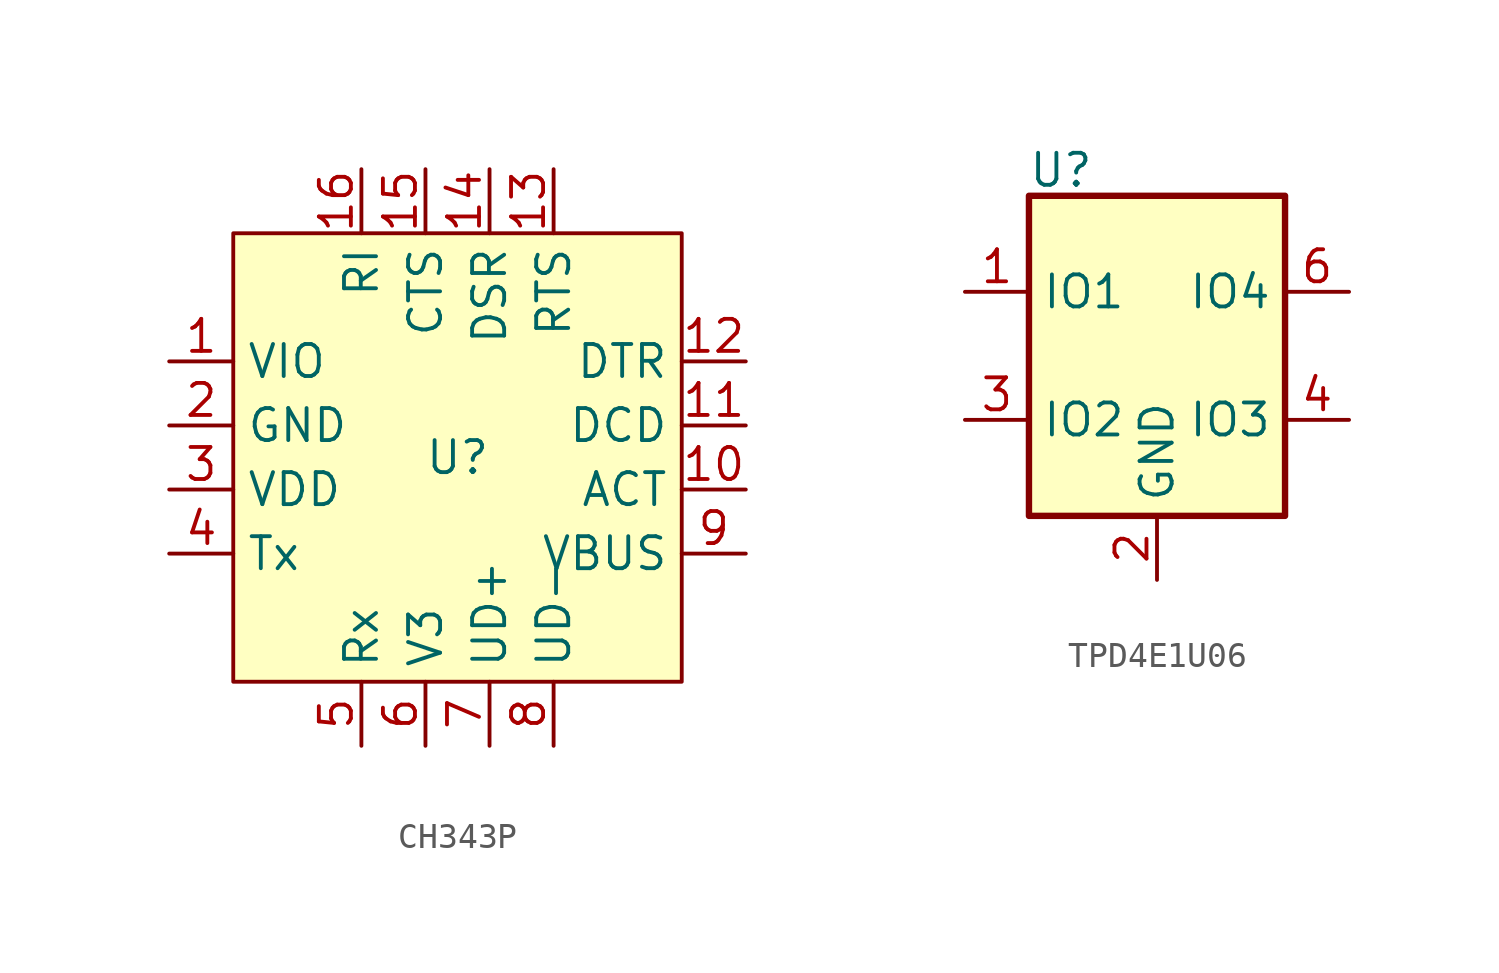
<source format=kicad_sym>
(kicad_symbol_lib
  (version 20231120)
  (generator "kicad_symbol_editor")
  (generator_version "8.0")
  (symbol "CH343P"
    (property "Reference" "U"
      (at 0 0 0)
      (effects (font (size 1.27 1.27))))
    (property "Value" ""
      (at 0 0 0)
      (effects (font (size 1.27 1.27))))
    (symbol "CH343P_1_1"
      (rectangle (start -8.89 8.89) (end 8.89 -8.89) (stroke (width 0) (type default)) (fill (type background)))
      (pin input line (at -11.43 3.81 0) (length 2.54) (name "VIO" (effects (font (size 1.27 1.27)))) (number "1" (effects (font (size 1.27 1.27)))))
      (pin output line (at 11.43 -1.27 180) (length 2.54) (name "ACT" (effects (font (size 1.27 1.27)))) (number "10" (effects (font (size 1.27 1.27)))))
      (pin output line (at 11.43 1.27 180) (length 2.54) (name "DCD" (effects (font (size 1.27 1.27)))) (number "11" (effects (font (size 1.27 1.27)))))
      (pin output line (at 11.43 3.81 180) (length 2.54) (name "DTR" (effects (font (size 1.27 1.27)))) (number "12" (effects (font (size 1.27 1.27)))))
      (pin output line (at 3.81 11.43 270) (length 2.54) (name "RTS" (effects (font (size 1.27 1.27)))) (number "13" (effects (font (size 1.27 1.27)))))
      (pin output line (at 1.27 11.43 270) (length 2.54) (name "DSR" (effects (font (size 1.27 1.27)))) (number "14" (effects (font (size 1.27 1.27)))))
      (pin output line (at -1.27 11.43 270) (length 2.54) (name "CTS" (effects (font (size 1.27 1.27)))) (number "15" (effects (font (size 1.27 1.27)))))
      (pin output line (at -3.81 11.43 270) (length 2.54) (name "RI" (effects (font (size 1.27 1.27)))) (number "16" (effects (font (size 1.27 1.27)))))
      (pin input line (at -11.43 1.27 0) (length 2.54) hide (name "GND" (effects (font (size 1.27 1.27)))) (number "17" (effects (font (size 1.27 1.27)))))
      (pin input line (at -11.43 1.27 0) (length 2.54) (name "GND" (effects (font (size 1.27 1.27)))) (number "2" (effects (font (size 1.27 1.27)))))
      (pin input line (at -11.43 -1.27 0) (length 2.54) (name "VDD" (effects (font (size 1.27 1.27)))) (number "3" (effects (font (size 1.27 1.27)))))
      (pin output line (at -11.43 -3.81 0) (length 2.54) (name "Tx" (effects (font (size 1.27 1.27)))) (number "4" (effects (font (size 1.27 1.27)))))
      (pin input line (at -3.81 -11.43 90) (length 2.54) (name "Rx" (effects (font (size 1.27 1.27)))) (number "5" (effects (font (size 1.27 1.27)))))
      (pin power_out line (at -1.27 -11.43 90) (length 2.54) (name "V3" (effects (font (size 1.27 1.27)))) (number "6" (effects (font (size 1.27 1.27)))))
      (pin input line (at 1.27 -11.43 90) (length 2.54) (name "UD+" (effects (font (size 1.27 1.27)))) (number "7" (effects (font (size 1.27 1.27)))))
      (pin input line (at 3.81 -11.43 90) (length 2.54) (name "UD-" (effects (font (size 1.27 1.27)))) (number "8" (effects (font (size 1.27 1.27)))))
      (pin power_in line (at 11.43 -3.81 180) (length 2.54) (name "VBUS" (effects (font (size 1.27 1.27)))) (number "9" (effects (font (size 1.27 1.27)))))))
  (symbol "TPD4E1U06"
    (property "Reference" "U"
      (at -3.81 7.366 0)
      (effects (font (size 1.27 1.27))))
    (property "Value" ""
      (at 0 0 0)
      (effects (font (size 1.27 1.27))))
    (symbol "TPD4E1U06_0_1"
      (rectangle (start -5.08 6.35) (end 5.08 -6.35) (stroke (width 0.254) (type default)) (fill (type background))))
    (symbol "TPD4E1U06_1_1"
      (pin power_in line (at -7.62 2.54 0) (length 2.54) (name "IO1" (effects (font (size 1.27 1.27)))) (number "1" (effects (font (size 1.27 1.27)))))
      (pin power_in line (at 0 -8.89 90) (length 2.54) (name "GND" (effects (font (size 1.27 1.27)))) (number "2" (effects (font (size 1.27 1.27)))))
      (pin input line (at -7.62 -2.54 0) (length 2.54) (name "IO2" (effects (font (size 1.27 1.27)))) (number "3" (effects (font (size 1.27 1.27)))))
      (pin power_out line (at 7.62 -2.54 180) (length 2.54) (name "IO3" (effects (font (size 1.27 1.27)))) (number "4" (effects (font (size 1.27 1.27)))))
      (pin power_out line (at 3.81 -8.89 90) (length 2.54) hide (name "NC" (effects (font (size 1.27 1.27)))) (number "5" (effects (font (size 1.27 1.27)))))
      (pin power_out line (at 7.62 2.54 180) (length 2.54) (name "IO4" (effects (font (size 1.27 1.27)))) (number "6" (effects (font (size 1.27 1.27))))))))
</source>
